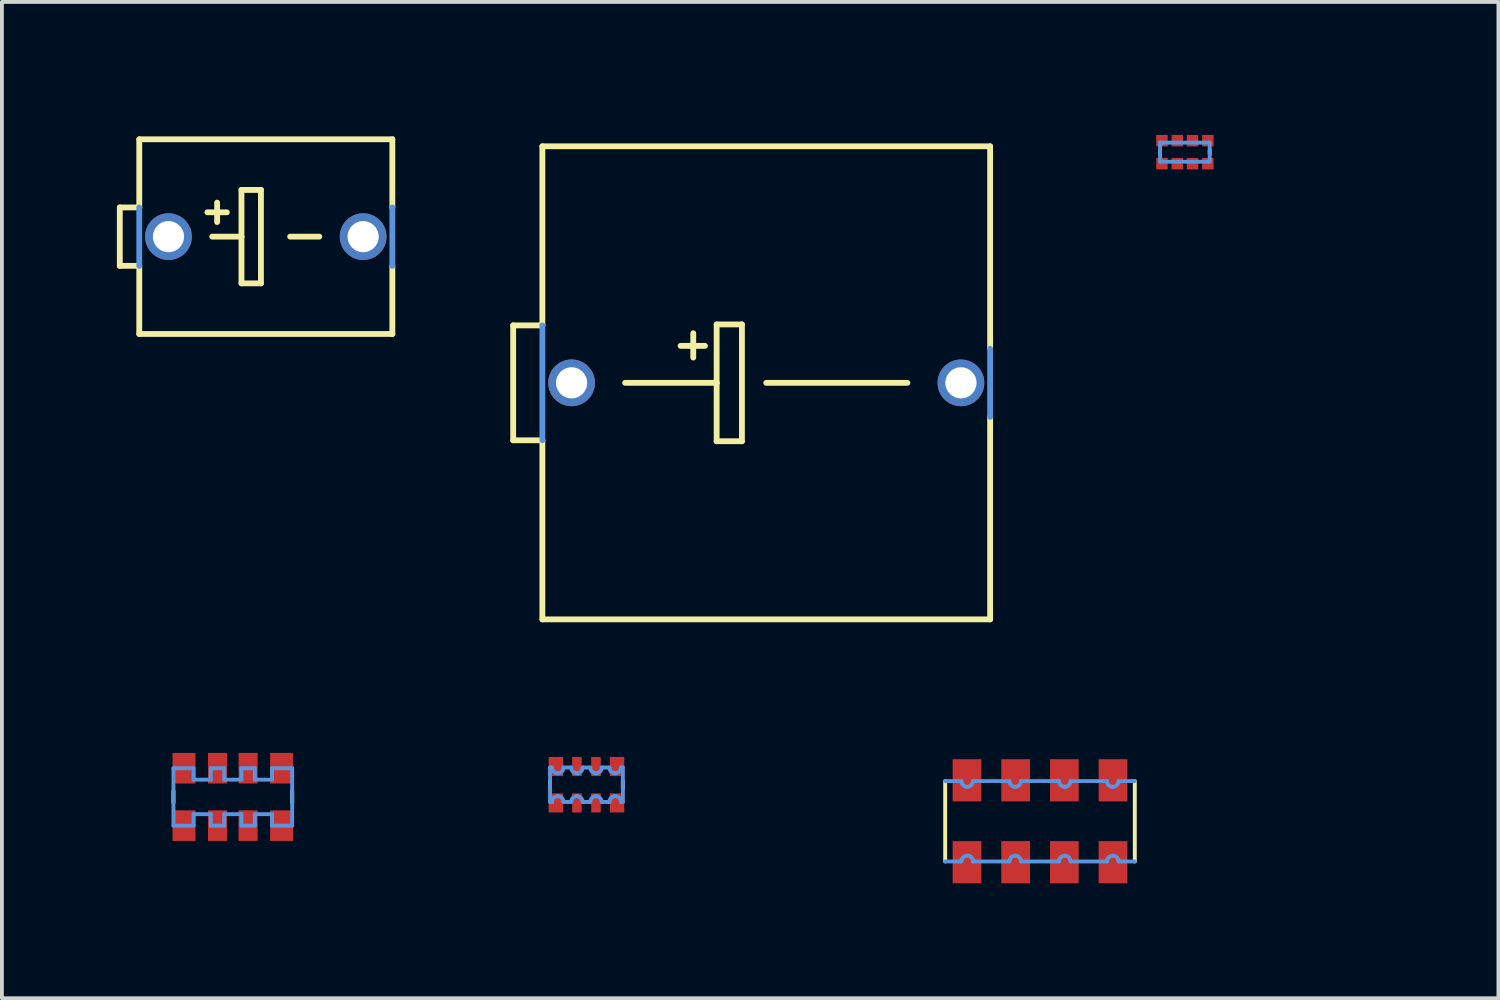
<source format=kicad_pcb>
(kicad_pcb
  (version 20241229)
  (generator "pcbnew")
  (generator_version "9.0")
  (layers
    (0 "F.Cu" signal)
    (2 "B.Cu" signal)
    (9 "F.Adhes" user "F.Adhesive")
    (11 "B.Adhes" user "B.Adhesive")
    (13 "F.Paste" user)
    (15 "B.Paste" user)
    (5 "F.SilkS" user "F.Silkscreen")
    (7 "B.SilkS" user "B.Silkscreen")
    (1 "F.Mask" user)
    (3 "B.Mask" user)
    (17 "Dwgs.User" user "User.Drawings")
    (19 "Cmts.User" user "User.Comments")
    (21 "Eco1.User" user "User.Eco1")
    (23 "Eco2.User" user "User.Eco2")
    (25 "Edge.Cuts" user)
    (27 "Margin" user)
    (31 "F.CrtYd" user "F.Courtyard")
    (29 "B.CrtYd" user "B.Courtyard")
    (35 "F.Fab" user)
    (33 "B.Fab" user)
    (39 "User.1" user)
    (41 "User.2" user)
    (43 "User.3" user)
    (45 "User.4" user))
  (footprint "EXBS8V"
    (layer "F.Cu")
    (at 24.088 18.38)
    (property "Reference" "EXBS8V" (at 0 -1.27 0) (layer "Eco1.User") (effects (font (size 1.27 1.27) (thickness 0.102))))
    (attr through_hole)
    (fp_line (start -2.474 1.049) (end -2.474 -1.049) (stroke (width 0.102) (type solid)) (layer "F.SilkS"))
    (fp_line (start 2.474 -1.049) (end 2.474 1.049) (stroke (width 0.102) (type solid)) (layer "F.SilkS"))
    (fp_line (start -2.474 -1.049) (end -2.05 -1.049) (stroke (width 0.102) (type solid)) (layer "Cmts.User"))
    (fp_line (start -2.05 1.049) (end -2.474 1.049) (stroke (width 0.102) (type solid)) (layer "Cmts.User"))
    (fp_line (start -1.748 -1.049) (end -0.798 -1.049) (stroke (width 0.102) (type solid)) (layer "Cmts.User"))
    (fp_line (start -0.798 1.049) (end -1.748 1.049) (stroke (width 0.102) (type solid)) (layer "Cmts.User"))
    (fp_line (start -0.498 -1.049) (end 0.498 -1.049) (stroke (width 0.102) (type solid)) (layer "Cmts.User"))
    (fp_line (start 0.498 1.049) (end -0.498 1.049) (stroke (width 0.102) (type solid)) (layer "Cmts.User"))
    (fp_line (start 0.798 -1.049) (end 1.748 -1.049) (stroke (width 0.102) (type solid)) (layer "Cmts.User"))
    (fp_line (start 1.748 1.049) (end 0.798 1.049) (stroke (width 0.102) (type solid)) (layer "Cmts.User"))
    (fp_line (start 2.05 -1.049) (end 2.474 -1.049) (stroke (width 0.102) (type solid)) (layer "Cmts.User"))
    (fp_line (start 2.474 1.049) (end 2.05 1.049) (stroke (width 0.102) (type solid)) (layer "Cmts.User"))
    (fp_arc (start -2.04978 1.04902) (mid -2.005887 0.943053) (end -1.89992 0.89916) (stroke (width 0.1016) (type solid)) (layer "Cmts.User"))
    (fp_arc (start -1.89992 -0.89916) (mid -2.005887 -0.943053) (end -2.04978 -1.04902) (stroke (width 0.1016) (type solid)) (layer "Cmts.User"))
    (fp_arc (start -1.89992 0.89662) (mid -1.792157 0.941257) (end -1.74752 1.04902) (stroke (width 0.1016) (type solid)) (layer "Cmts.User"))
    (fp_arc (start -1.75006 -1.04902) (mid -1.793953 -0.943053) (end -1.89992 -0.89916) (stroke (width 0.1016) (type solid)) (layer "Cmts.User"))
    (fp_arc (start -0.79756 1.04902) (mid -0.753667 0.943053) (end -0.6477 0.89916) (stroke (width 0.1016) (type solid)) (layer "Cmts.User"))
    (fp_arc (start -0.6477 -0.89916) (mid -0.753667 -0.943053) (end -0.79756 -1.04902) (stroke (width 0.1016) (type solid)) (layer "Cmts.User"))
    (fp_arc (start -0.6477 0.89916) (mid -0.541733 0.943053) (end -0.49784 1.04902) (stroke (width 0.1016) (type solid)) (layer "Cmts.User"))
    (fp_arc (start -0.49784 -1.04902) (mid -0.541733 -0.943053) (end -0.6477 -0.89916) (stroke (width 0.1016) (type solid)) (layer "Cmts.User"))
    (fp_arc (start 0.49784 1.04902) (mid 0.541733 0.943053) (end 0.6477 0.89916) (stroke (width 0.1016) (type solid)) (layer "Cmts.User"))
    (fp_arc (start 0.6477 -0.89916) (mid 0.541733 -0.943053) (end 0.49784 -1.04902) (stroke (width 0.1016) (type solid)) (layer "Cmts.User"))
    (fp_arc (start 0.6477 0.89916) (mid 0.753667 0.943053) (end 0.79756 1.04902) (stroke (width 0.1016) (type solid)) (layer "Cmts.User"))
    (fp_arc (start 0.79756 -1.04902) (mid 0.753667 -0.943053) (end 0.6477 -0.89916) (stroke (width 0.1016) (type solid)) (layer "Cmts.User"))
    (fp_arc (start 1.75006 1.04902) (mid 1.793953 0.943053) (end 1.89992 0.89916) (stroke (width 0.1016) (type solid)) (layer "Cmts.User"))
    (fp_arc (start 1.89992 -0.89662) (mid 1.792157 -0.941257) (end 1.74752 -1.04902) (stroke (width 0.1016) (type solid)) (layer "Cmts.User"))
    (fp_arc (start 1.89992 0.89916) (mid 2.005887 0.943053) (end 2.04978 1.04902) (stroke (width 0.1016) (type solid)) (layer "Cmts.User"))
    (fp_arc (start 2.04978 -1.04902) (mid 2.005887 -0.943053) (end 1.89992 -0.89916) (stroke (width 0.1016) (type solid)) (layer "Cmts.User"))
    (pad "1" smd rect (at -1.905 1.069) (size 0.749 1.1) (layers "F.Cu" "F.Mask" "F.Paste"))
    (pad "2" smd rect (at -0.635 1.069) (size 0.749 1.1) (layers "F.Cu" "F.Mask" "F.Paste"))
    (pad "3" smd rect (at 0.635 1.069) (size 0.749 1.1) (layers "F.Cu" "F.Mask" "F.Paste"))
    (pad "4" smd rect (at 1.905 1.069) (size 0.749 1.1) (layers "F.Cu" "F.Mask" "F.Paste"))
    (pad "5" smd rect (at 1.905 -1.069 180) (size 0.749 1.1) (layers "F.Cu" "F.Mask" "F.Paste"))
    (pad "6" smd rect (at 0.635 -1.069 180) (size 0.749 1.1) (layers "F.Cu" "F.Mask" "F.Paste"))
    (pad "7" smd rect (at -0.635 -1.069 180) (size 0.749 1.1) (layers "F.Cu" "F.Mask" "F.Paste"))
    (pad "8" smd rect (at -1.905 -1.069 180) (size 0.749 1.1) (layers "F.Cu" "F.Mask" "F.Paste")))
  (footprint "ETR5"
    (layer "F.Cu")
    (at 16.945 6.94)
    (property "Reference" "ETR5" (at -2.286 -5.588 0) (layer "Eco1.User") (effects (font (size 1.778 1.778) (thickness 0.178))))
    (attr through_hole)
    (fp_line (start -6.604 -1.499) (end -6.604 1.499) (stroke (width 0.152) (type solid)) (layer "F.SilkS"))
    (fp_line (start -6.604 1.499) (end -5.842 1.499) (stroke (width 0.152) (type solid)) (layer "F.SilkS"))
    (fp_line (start -5.842 -1.499) (end -6.604 -1.499) (stroke (width 0.152) (type solid)) (layer "F.SilkS"))
    (fp_line (start -5.842 -1.499) (end -5.842 -6.172) (stroke (width 0.152) (type solid)) (layer "F.SilkS"))
    (fp_line (start -5.842 6.172) (end -5.842 1.499) (stroke (width 0.152) (type solid)) (layer "F.SilkS"))
    (fp_line (start -5.842 6.172) (end 5.842 6.172) (stroke (width 0.152) (type solid)) (layer "F.SilkS"))
    (fp_line (start -3.683 0) (end -1.295 0) (stroke (width 0.152) (type solid)) (layer "F.SilkS"))
    (fp_line (start -1.905 -1.295) (end -1.905 -0.66) (stroke (width 0.152) (type solid)) (layer "F.SilkS"))
    (fp_line (start -1.6 -0.965) (end -2.235 -0.965) (stroke (width 0.152) (type solid)) (layer "F.SilkS"))
    (fp_line (start -1.295 -1.524) (end -0.635 -1.524) (stroke (width 0.152) (type solid)) (layer "F.SilkS"))
    (fp_line (start -1.295 0) (end -1.295 -1.524) (stroke (width 0.152) (type solid)) (layer "F.SilkS"))
    (fp_line (start -1.295 1.524) (end -1.295 0) (stroke (width 0.152) (type solid)) (layer "F.SilkS"))
    (fp_line (start -0.635 -1.524) (end -0.635 1.524) (stroke (width 0.152) (type solid)) (layer "F.SilkS"))
    (fp_line (start -0.635 1.524) (end -1.295 1.524) (stroke (width 0.152) (type solid)) (layer "F.SilkS"))
    (fp_line (start 0 0) (end 3.683 0) (stroke (width 0.152) (type solid)) (layer "F.SilkS"))
    (fp_line (start 5.842 -6.172) (end -5.842 -6.172) (stroke (width 0.152) (type solid)) (layer "F.SilkS"))
    (fp_line (start 5.842 -0.889) (end 5.842 -6.172) (stroke (width 0.152) (type solid)) (layer "F.SilkS"))
    (fp_line (start 5.842 6.172) (end 5.842 0.889) (stroke (width 0.152) (type solid)) (layer "F.SilkS"))
    (fp_line (start -5.842 1.499) (end -5.842 -1.499) (stroke (width 0.152) (type solid)) (layer "Cmts.User"))
    (fp_line (start 5.842 -0.889) (end 5.842 0.889) (stroke (width 0.152) (type solid)) (layer "Cmts.User"))
    (pad "+" thru_hole oval (at -5.08 0) (size 1.219 1.219) (drill 0.813) (layers "*.Cu" "*.Mask"))
    (pad "-" thru_hole oval (at 5.08 0) (size 1.219 1.219) (drill 0.813) (layers "*.Cu" "*.Mask")))
  (footprint "ETR3"
    (layer "F.Cu")
    (at 3.886 3.125)
    (property "Reference" "ETR3" (at -0.762 -2.159 0) (layer "Eco1.User") (effects (font (size 1.27 1.27) (thickness 0.127))))
    (attr through_hole)
    (fp_line (start -3.81 -0.762) (end -3.81 0.762) (stroke (width 0.152) (type solid)) (layer "F.SilkS"))
    (fp_line (start -3.81 0.762) (end -3.302 0.762) (stroke (width 0.152) (type solid)) (layer "F.SilkS"))
    (fp_line (start -3.302 -0.762) (end -3.81 -0.762) (stroke (width 0.152) (type solid)) (layer "F.SilkS"))
    (fp_line (start -3.302 -0.762) (end -3.302 -2.54) (stroke (width 0.152) (type solid)) (layer "F.SilkS"))
    (fp_line (start -3.302 2.54) (end -3.302 0.762) (stroke (width 0.152) (type solid)) (layer "F.SilkS"))
    (fp_line (start -3.302 2.54) (end 3.302 2.54) (stroke (width 0.152) (type solid)) (layer "F.SilkS"))
    (fp_line (start -1.524 -0.635) (end -1.016 -0.635) (stroke (width 0.152) (type solid)) (layer "F.SilkS"))
    (fp_line (start -1.397 0) (end -0.635 0) (stroke (width 0.152) (type solid)) (layer "F.SilkS"))
    (fp_line (start -1.27 -0.889) (end -1.27 -0.381) (stroke (width 0.152) (type solid)) (layer "F.SilkS"))
    (fp_line (start -0.635 -1.219) (end -0.635 0) (stroke (width 0.152) (type solid)) (layer "F.SilkS"))
    (fp_line (start -0.635 0) (end -0.635 1.219) (stroke (width 0.152) (type solid)) (layer "F.SilkS"))
    (fp_line (start -0.635 1.219) (end -0.127 1.219) (stroke (width 0.152) (type solid)) (layer "F.SilkS"))
    (fp_line (start -0.127 -1.219) (end -0.635 -1.219) (stroke (width 0.152) (type solid)) (layer "F.SilkS"))
    (fp_line (start -0.127 1.219) (end -0.127 -1.219) (stroke (width 0.152) (type solid)) (layer "F.SilkS"))
    (fp_line (start 0.635 0) (end 1.397 0) (stroke (width 0.152) (type solid)) (layer "F.SilkS"))
    (fp_line (start 3.302 -2.54) (end -3.302 -2.54) (stroke (width 0.152) (type solid)) (layer "F.SilkS"))
    (fp_line (start 3.302 -0.762) (end 3.302 -2.54) (stroke (width 0.152) (type solid)) (layer "F.SilkS"))
    (fp_line (start 3.302 2.54) (end 3.302 0.762) (stroke (width 0.152) (type solid)) (layer "F.SilkS"))
    (fp_line (start -3.302 0.762) (end -3.302 -0.762) (stroke (width 0.152) (type solid)) (layer "Cmts.User"))
    (fp_line (start 3.302 -0.762) (end 3.302 0.762) (stroke (width 0.152) (type solid)) (layer "Cmts.User"))
    (pad "+" thru_hole oval (at -2.54 0) (size 1.219 1.219) (drill 0.813) (layers "*.Cu" "*.Mask"))
    (pad "-" thru_hole oval (at 2.54 0) (size 1.219 1.219) (drill 0.813) (layers "*.Cu" "*.Mask")))
  (footprint "EXBN8V"
    (layer "F.Cu")
    (at 12.253 17.427)
    (property "Reference" "EXBN8V" (at 1.587 -0.318 0) (layer "Eco1.User") (effects (font (size 1.27 1.27) (thickness 0.102))))
    (attr through_hole)
    (fp_line (start -0.95 0.099) (end -0.95 -0.099) (stroke (width 0.102) (type solid)) (layer "F.SilkS"))
    (fp_line (start 0.95 -0.099) (end 0.95 0.099) (stroke (width 0.102) (type solid)) (layer "F.SilkS"))
    (fp_line (start -0.95 -0.45) (end -0.899 -0.45) (stroke (width 0.102) (type solid)) (layer "Cmts.User"))
    (fp_line (start -0.95 0.45) (end -0.95 -0.45) (stroke (width 0.102) (type solid)) (layer "Cmts.User"))
    (fp_line (start -0.899 0.45) (end -0.95 0.45) (stroke (width 0.102) (type solid)) (layer "Cmts.User"))
    (fp_line (start -0.599 -0.45) (end -0.399 -0.45) (stroke (width 0.102) (type solid)) (layer "Cmts.User"))
    (fp_line (start -0.399 0.45) (end -0.599 0.45) (stroke (width 0.102) (type solid)) (layer "Cmts.User"))
    (fp_line (start -0.099 -0.45) (end 0.099 -0.45) (stroke (width 0.102) (type solid)) (layer "Cmts.User"))
    (fp_line (start 0.099 0.45) (end -0.099 0.45) (stroke (width 0.102) (type solid)) (layer "Cmts.User"))
    (fp_line (start 0.399 -0.45) (end 0.599 -0.45) (stroke (width 0.102) (type solid)) (layer "Cmts.User"))
    (fp_line (start 0.599 0.45) (end 0.399 0.45) (stroke (width 0.102) (type solid)) (layer "Cmts.User"))
    (fp_line (start 0.899 -0.45) (end 0.95 -0.45) (stroke (width 0.102) (type solid)) (layer "Cmts.User"))
    (fp_line (start 0.95 -0.45) (end 0.95 0.45) (stroke (width 0.102) (type solid)) (layer "Cmts.User"))
    (fp_line (start 0.95 0.45) (end 0.899 0.45) (stroke (width 0.102) (type solid)) (layer "Cmts.User"))
    (fp_arc (start -0.89916 0.44958) (mid -0.855267 0.343613) (end -0.7493 0.29972) (stroke (width 0.1016) (type solid)) (layer "Cmts.User"))
    (fp_arc (start -0.7493 -0.29972) (mid -0.855267 -0.343613) (end -0.89916 -0.44958) (stroke (width 0.1016) (type solid)) (layer "Cmts.User"))
    (fp_arc (start -0.7493 0.29972) (mid -0.643333 0.343613) (end -0.59944 0.44958) (stroke (width 0.1016) (type solid)) (layer "Cmts.User"))
    (fp_arc (start -0.59944 -0.44958) (mid -0.643333 -0.343613) (end -0.7493 -0.29972) (stroke (width 0.1016) (type solid)) (layer "Cmts.User"))
    (fp_arc (start -0.39878 0.44958) (mid -0.354887 0.343613) (end -0.24892 0.29972) (stroke (width 0.1016) (type solid)) (layer "Cmts.User"))
    (fp_arc (start -0.24892 -0.29972) (mid -0.354887 -0.343613) (end -0.39878 -0.44958) (stroke (width 0.1016) (type solid)) (layer "Cmts.User"))
    (fp_arc (start -0.24892 0.29972) (mid -0.142953 0.343613) (end -0.09906 0.44958) (stroke (width 0.1016) (type solid)) (layer "Cmts.User"))
    (fp_arc (start -0.09906 -0.44958) (mid -0.142953 -0.343613) (end -0.24892 -0.29972) (stroke (width 0.1016) (type solid)) (layer "Cmts.User"))
    (fp_arc (start 0.09906 0.44958) (mid 0.142953 0.343613) (end 0.24892 0.29972) (stroke (width 0.1016) (type solid)) (layer "Cmts.User"))
    (fp_arc (start 0.24892 -0.29972) (mid 0.142953 -0.343613) (end 0.09906 -0.44958) (stroke (width 0.1016) (type solid)) (layer "Cmts.User"))
    (fp_arc (start 0.24892 0.29972) (mid 0.354887 0.343613) (end 0.39878 0.44958) (stroke (width 0.1016) (type solid)) (layer "Cmts.User"))
    (fp_arc (start 0.39878 -0.44958) (mid 0.354887 -0.343613) (end 0.24892 -0.29972) (stroke (width 0.1016) (type solid)) (layer "Cmts.User"))
    (fp_arc (start 0.59944 0.44958) (mid 0.643333 0.343613) (end 0.7493 0.29972) (stroke (width 0.1016) (type solid)) (layer "Cmts.User"))
    (fp_arc (start 0.7493 -0.29972) (mid 0.643333 -0.343613) (end 0.59944 -0.44958) (stroke (width 0.1016) (type solid)) (layer "Cmts.User"))
    (fp_arc (start 0.7493 0.29972) (mid 0.855267 0.343613) (end 0.89916 0.44958) (stroke (width 0.1016) (type solid)) (layer "Cmts.User"))
    (fp_arc (start 0.89916 -0.44958) (mid 0.855267 -0.343613) (end 0.7493 -0.29972) (stroke (width 0.1016) (type solid)) (layer "Cmts.User"))
    (pad "1" smd rect (at -0.798 0.475) (size 0.378 0.498) (layers "F.Cu" "F.Mask" "F.Paste"))
    (pad "2" smd rect (at -0.249 0.475) (size 0.249 0.498) (layers "F.Cu" "F.Mask" "F.Paste"))
    (pad "3" smd rect (at 0.249 0.475) (size 0.249 0.498) (layers "F.Cu" "F.Mask" "F.Paste"))
    (pad "4" smd rect (at 0.798 0.475) (size 0.378 0.498) (layers "F.Cu" "F.Mask" "F.Paste"))
    (pad "5" smd rect (at 0.798 -0.475 180) (size 0.378 0.498) (layers "F.Cu" "F.Mask" "F.Paste"))
    (pad "6" smd rect (at 0.249 -0.475 180) (size 0.249 0.498) (layers "F.Cu" "F.Mask" "F.Paste"))
    (pad "7" smd rect (at -0.249 -0.475 180) (size 0.249 0.498) (layers "F.Cu" "F.Mask" "F.Paste"))
    (pad "8" smd rect (at -0.798 -0.475 180) (size 0.378 0.498) (layers "F.Cu" "F.Mask" "F.Paste")))
  (footprint "EXB38V"
    (layer "F.Cu")
    (at 3.025 17.745)
    (property "Reference" "EXB38V" (at 0.569 -0.635 0) (layer "Eco1.User") (effects (font (size 1.27 1.27) (thickness 0.102))))
    (attr through_hole)
    (fp_line (start -1.549 0.15) (end -1.549 -0.15) (stroke (width 0.102) (type solid)) (layer "F.SilkS"))
    (fp_line (start 1.549 -0.15) (end 1.549 0.15) (stroke (width 0.102) (type solid)) (layer "F.SilkS"))
    (fp_line (start -1.549 -0.749) (end -1.024 -0.749) (stroke (width 0.102) (type solid)) (layer "Cmts.User"))
    (fp_line (start -1.549 0.749) (end -1.549 -0.749) (stroke (width 0.102) (type solid)) (layer "Cmts.User"))
    (fp_line (start -1.024 -0.749) (end -1.024 -0.45) (stroke (width 0.102) (type solid)) (layer "Cmts.User"))
    (fp_line (start -1.024 -0.45) (end -0.574 -0.45) (stroke (width 0.102) (type solid)) (layer "Cmts.User"))
    (fp_line (start -1.024 0.45) (end -1.024 0.749) (stroke (width 0.102) (type solid)) (layer "Cmts.User"))
    (fp_line (start -1.024 0.749) (end -1.549 0.749) (stroke (width 0.102) (type solid)) (layer "Cmts.User"))
    (fp_line (start -0.574 -0.749) (end -0.224 -0.749) (stroke (width 0.102) (type solid)) (layer "Cmts.User"))
    (fp_line (start -0.574 -0.45) (end -0.574 -0.749) (stroke (width 0.102) (type solid)) (layer "Cmts.User"))
    (fp_line (start -0.574 0.45) (end -1.024 0.45) (stroke (width 0.102) (type solid)) (layer "Cmts.User"))
    (fp_line (start -0.574 0.749) (end -0.574 0.45) (stroke (width 0.102) (type solid)) (layer "Cmts.User"))
    (fp_line (start -0.224 -0.749) (end -0.224 -0.45) (stroke (width 0.102) (type solid)) (layer "Cmts.User"))
    (fp_line (start -0.224 -0.45) (end 0.224 -0.45) (stroke (width 0.102) (type solid)) (layer "Cmts.User"))
    (fp_line (start -0.224 0.45) (end -0.224 0.749) (stroke (width 0.102) (type solid)) (layer "Cmts.User"))
    (fp_line (start -0.224 0.749) (end -0.574 0.749) (stroke (width 0.102) (type solid)) (layer "Cmts.User"))
    (fp_line (start 0.224 -0.749) (end 0.574 -0.749) (stroke (width 0.102) (type solid)) (layer "Cmts.User"))
    (fp_line (start 0.224 -0.45) (end 0.224 -0.749) (stroke (width 0.102) (type solid)) (layer "Cmts.User"))
    (fp_line (start 0.224 0.45) (end -0.224 0.45) (stroke (width 0.102) (type solid)) (layer "Cmts.User"))
    (fp_line (start 0.224 0.749) (end 0.224 0.45) (stroke (width 0.102) (type solid)) (layer "Cmts.User"))
    (fp_line (start 0.574 -0.749) (end 0.574 -0.45) (stroke (width 0.102) (type solid)) (layer "Cmts.User"))
    (fp_line (start 0.574 -0.45) (end 1.024 -0.45) (stroke (width 0.102) (type solid)) (layer "Cmts.User"))
    (fp_line (start 0.574 0.45) (end 0.574 0.749) (stroke (width 0.102) (type solid)) (layer "Cmts.User"))
    (fp_line (start 0.574 0.749) (end 0.224 0.749) (stroke (width 0.102) (type solid)) (layer "Cmts.User"))
    (fp_line (start 1.024 -0.749) (end 1.549 -0.749) (stroke (width 0.102) (type solid)) (layer "Cmts.User"))
    (fp_line (start 1.024 -0.45) (end 1.024 -0.749) (stroke (width 0.102) (type solid)) (layer "Cmts.User"))
    (fp_line (start 1.024 0.45) (end 0.574 0.45) (stroke (width 0.102) (type solid)) (layer "Cmts.User"))
    (fp_line (start 1.024 0.749) (end 1.024 0.45) (stroke (width 0.102) (type solid)) (layer "Cmts.User"))
    (fp_line (start 1.549 -0.749) (end 1.549 0.749) (stroke (width 0.102) (type solid)) (layer "Cmts.User"))
    (fp_line (start 1.549 0.749) (end 1.024 0.749) (stroke (width 0.102) (type solid)) (layer "Cmts.User"))
    (pad "1" smd rect (at -1.273 0.749) (size 0.599 0.798) (layers "F.Cu" "F.Mask" "F.Paste"))
    (pad "2" smd rect (at -0.399 0.749) (size 0.498 0.798) (layers "F.Cu" "F.Mask" "F.Paste"))
    (pad "3" smd rect (at 0.399 0.749) (size 0.498 0.798) (layers "F.Cu" "F.Mask" "F.Paste"))
    (pad "4" smd rect (at 1.273 0.749) (size 0.599 0.798) (layers "F.Cu" "F.Mask" "F.Paste"))
    (pad "5" smd rect (at 1.273 -0.749 180) (size 0.599 0.798) (layers "F.Cu" "F.Mask" "F.Paste"))
    (pad "6" smd rect (at 0.399 -0.749 180) (size 0.498 0.798) (layers "F.Cu" "F.Mask" "F.Paste"))
    (pad "7" smd rect (at -0.399 -0.749 180) (size 0.498 0.798) (layers "F.Cu" "F.Mask" "F.Paste"))
    (pad "8" smd rect (at -1.273 -0.749 180) (size 0.599 0.798) (layers "F.Cu" "F.Mask" "F.Paste")))
  (footprint "EXB18V"
    (layer "F.Cu")
    (at 27.869 0.921)
    (property "Reference" "EXB18V" (at 1.587 0 0) (layer "Eco1.User") (effects (font (size 1.27 1.27) (thickness 0.102))))
    (attr through_hole)
    (fp_line (start -0.648 0.048) (end -0.648 -0.048) (stroke (width 0.102) (type solid)) (layer "F.SilkS"))
    (fp_line (start 0.648 -0.048) (end 0.648 0.048) (stroke (width 0.102) (type solid)) (layer "F.SilkS"))
    (fp_line (start -0.648 -0.249) (end 0.648 -0.249) (stroke (width 0.102) (type solid)) (layer "Cmts.User"))
    (fp_line (start -0.648 0.249) (end -0.648 -0.249) (stroke (width 0.102) (type solid)) (layer "Cmts.User"))
    (fp_line (start 0.648 -0.249) (end 0.648 0.249) (stroke (width 0.102) (type solid)) (layer "Cmts.User"))
    (fp_line (start 0.648 0.249) (end -0.648 0.249) (stroke (width 0.102) (type solid)) (layer "Cmts.User"))
    (pad "1" smd rect (at -0.599 0.3) (size 0.3 0.3) (layers "F.Cu" "F.Mask" "F.Paste"))
    (pad "2" smd rect (at -0.198 0.3) (size 0.3 0.3) (layers "F.Cu" "F.Mask" "F.Paste"))
    (pad "3" smd rect (at 0.198 0.3) (size 0.3 0.3) (layers "F.Cu" "F.Mask" "F.Paste"))
    (pad "4" smd rect (at 0.599 0.3) (size 0.3 0.3) (layers "F.Cu" "F.Mask" "F.Paste"))
    (pad "5" smd rect (at 0.599 -0.3) (size 0.3 0.3) (layers "F.Cu" "F.Mask" "F.Paste"))
    (pad "6" smd rect (at 0.198 -0.3) (size 0.3 0.3) (layers "F.Cu" "F.Mask" "F.Paste"))
    (pad "7" smd rect (at -0.198 -0.3) (size 0.3 0.3) (layers "F.Cu" "F.Mask" "F.Paste"))
    (pad "8" smd rect (at -0.599 -0.3) (size 0.3 0.3) (layers "F.Cu" "F.Mask" "F.Paste")))
  (gr_rect
    (start -3 -3)
    (end 36.05 22.999)
    (stroke (width 0.1) (type default))
    (fill no)
    (layer "Edge.Cuts")))
</source>
